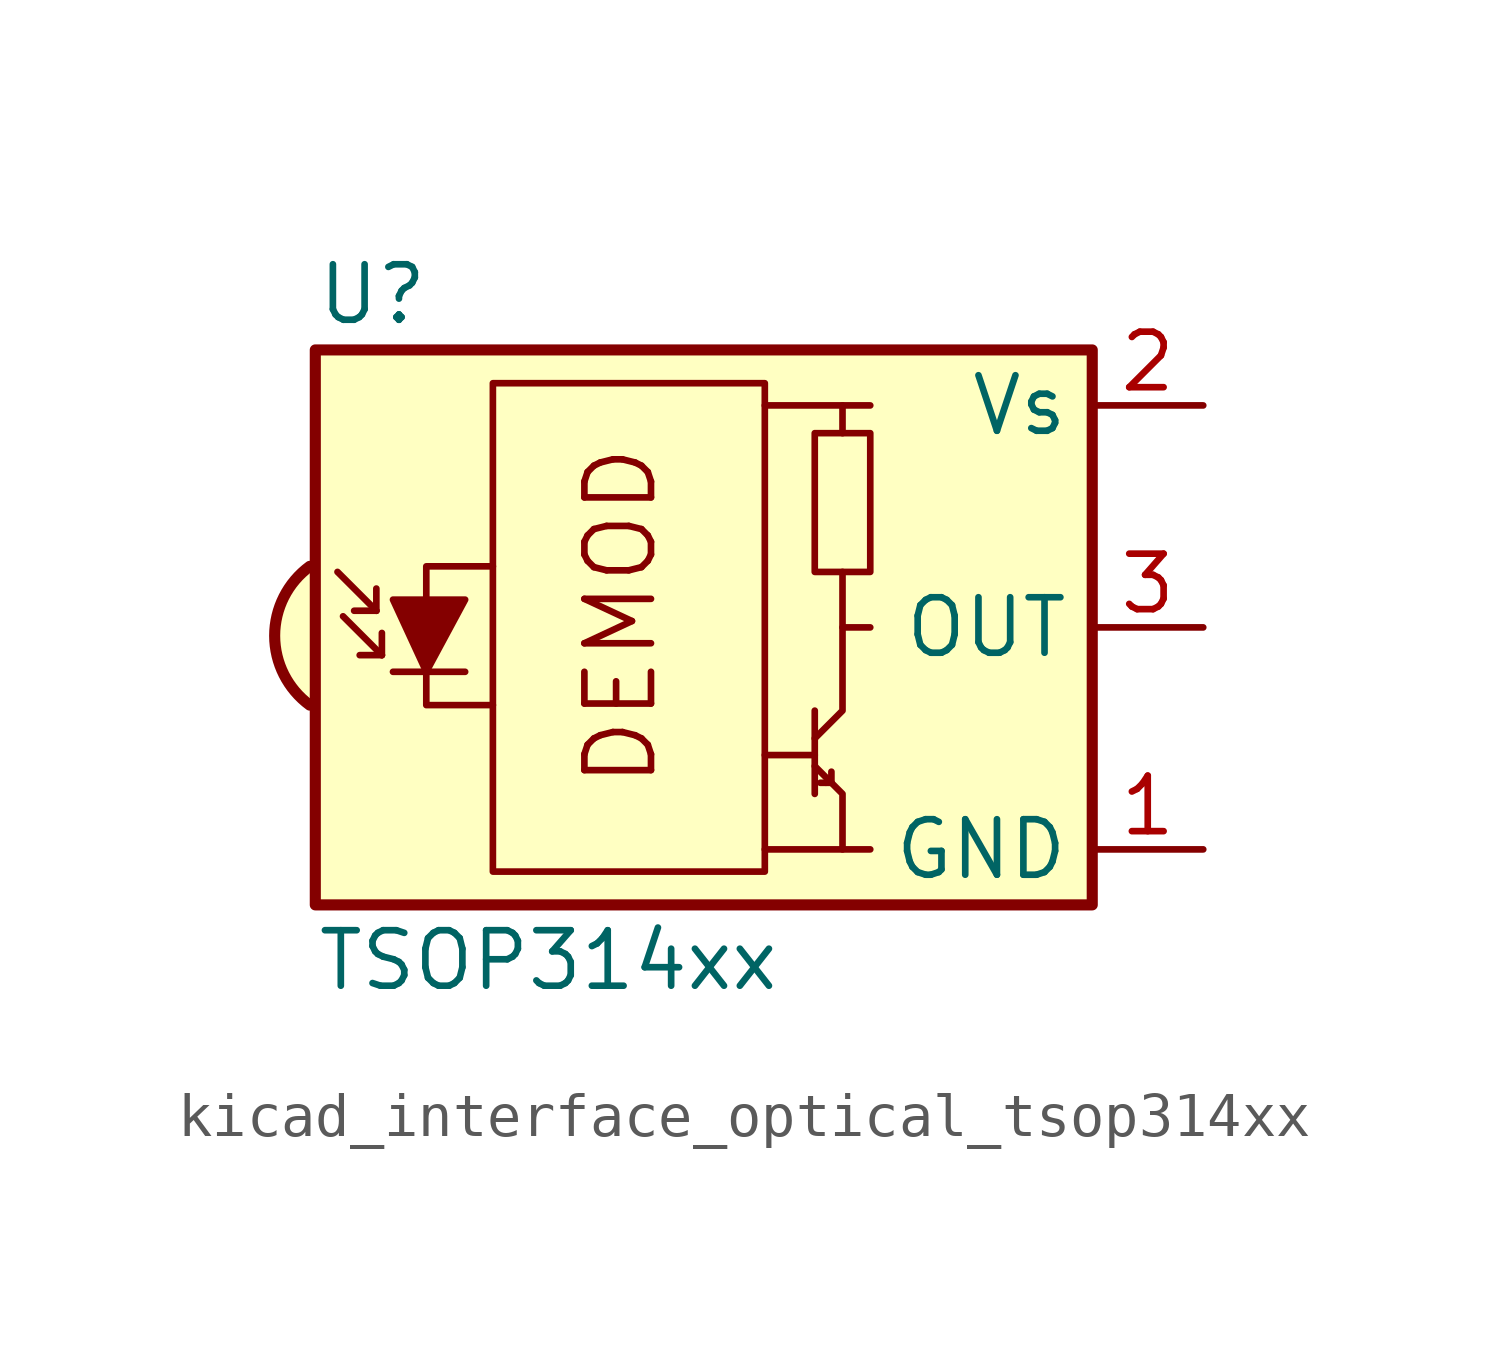
<source format=kicad_sym>
(kicad_symbol_lib
  (version 20220914)
  (generator kicad_symbol_editor)
  (symbol "kicad_interface_optical_tsop314xx"
    (property "Reference" "U"
      (at -10.16 7.62 0)
      (effects (font (size 1.27 1.27)) (justify left)))
    (property "Value" "TSOP314xx"
      (at -10.16 -7.62 0)
      (effects (font (size 1.27 1.27)) (justify left)))
    (symbol "kicad_interface_optical_tsop314xx_0_0"
      (arc (start -10.287 1.397) (mid -11.0899 -0.1852) (end -10.287 -1.778) (stroke (width 0.254) (type default)) (fill (type background)))
      (polyline (pts (xy 1.905 -5.08) (xy 0.127 -5.08)) (stroke (width 0) (type default)) (fill (type none)))
      (polyline (pts (xy 1.905 5.08) (xy 0.127 5.08)) (stroke (width 0) (type default)) (fill (type none)))
      (text "DEMOD" (at -3.175 0.254 900) (effects (font (size 1.524 1.524)))))
    (symbol "kicad_interface_optical_tsop314xx_0_1"
      (rectangle (start -6.096 5.588) (end 0.127 -5.588) (stroke (width 0) (type default)) (fill (type none)))
      (polyline (pts (xy -8.763 0.381) (xy -9.652 1.27)) (stroke (width 0) (type default)) (fill (type none)))
      (polyline (pts (xy -8.763 0.381) (xy -9.271 0.381)) (stroke (width 0) (type default)) (fill (type none)))
      (polyline (pts (xy -8.763 0.381) (xy -8.763 0.889)) (stroke (width 0) (type default)) (fill (type none)))
      (polyline (pts (xy -8.636 -0.635) (xy -9.525 0.254)) (stroke (width 0) (type default)) (fill (type none)))
      (polyline (pts (xy -8.636 -0.635) (xy -9.144 -0.635)) (stroke (width 0) (type default)) (fill (type none)))
      (polyline (pts (xy -8.636 -0.635) (xy -8.636 -0.127)) (stroke (width 0) (type default)) (fill (type none)))
      (polyline (pts (xy -8.382 -1.016) (xy -6.731 -1.016)) (stroke (width 0) (type default)) (fill (type none)))
      (polyline (pts (xy 1.27 -2.921) (xy 0.127 -2.921)) (stroke (width 0) (type default)) (fill (type none)))
      (polyline (pts (xy 1.27 -1.905) (xy 1.27 -3.81)) (stroke (width 0) (type default)) (fill (type none)))
      (polyline (pts (xy 1.397 -3.556) (xy 1.524 -3.556)) (stroke (width 0) (type default)) (fill (type none)))
      (polyline (pts (xy 1.651 -3.556) (xy 1.524 -3.556)) (stroke (width 0) (type default)) (fill (type none)))
      (polyline (pts (xy 1.651 -3.556) (xy 1.651 -3.302)) (stroke (width 0) (type default)) (fill (type none)))
      (polyline (pts (xy 1.905 0) (xy 1.905 1.27)) (stroke (width 0) (type default)) (fill (type none)))
      (polyline (pts (xy 1.905 4.445) (xy 1.905 5.08) (xy 2.54 5.08)) (stroke (width 0) (type default)) (fill (type none)))
      (polyline (pts (xy -8.382 0.635) (xy -6.731 0.635) (xy -7.62 -1.016) (xy -8.382 0.635)) (stroke (width 0) (type default)) (fill (type outline)))
      (polyline (pts (xy -6.096 1.397) (xy -7.62 1.397) (xy -7.62 -1.778) (xy -6.096 -1.778)) (stroke (width 0) (type default)) (fill (type none)))
      (polyline (pts (xy 1.27 -3.175) (xy 1.905 -3.81) (xy 1.905 -5.08) (xy 2.54 -5.08)) (stroke (width 0) (type default)) (fill (type none)))
      (polyline (pts (xy 1.27 -2.54) (xy 1.905 -1.905) (xy 1.905 0) (xy 2.54 0)) (stroke (width 0) (type default)) (fill (type none)))
      (rectangle (start 2.54 1.27) (end 1.27 4.445) (stroke (width 0) (type default)) (fill (type none)))
      (rectangle (start 7.62 6.35) (end -10.16 -6.35) (stroke (width 0.254) (type default)) (fill (type background))))
    (symbol "kicad_interface_optical_tsop314xx_1_1"
      (pin power_in line (at 10.16 -5.08 180) (length 2.54) (name "GND" (effects (font (size 1.27 1.27)))) (number "1" (effects (font (size 1.27 1.27)))))
      (pin power_in line (at 10.16 5.08 180) (length 2.54) (name "Vs" (effects (font (size 1.27 1.27)))) (number "2" (effects (font (size 1.27 1.27)))))
      (pin output line (at 10.16 0 180) (length 2.54) (name "OUT" (effects (font (size 1.27 1.27)))) (number "3" (effects (font (size 1.27 1.27))))))))
</source>
